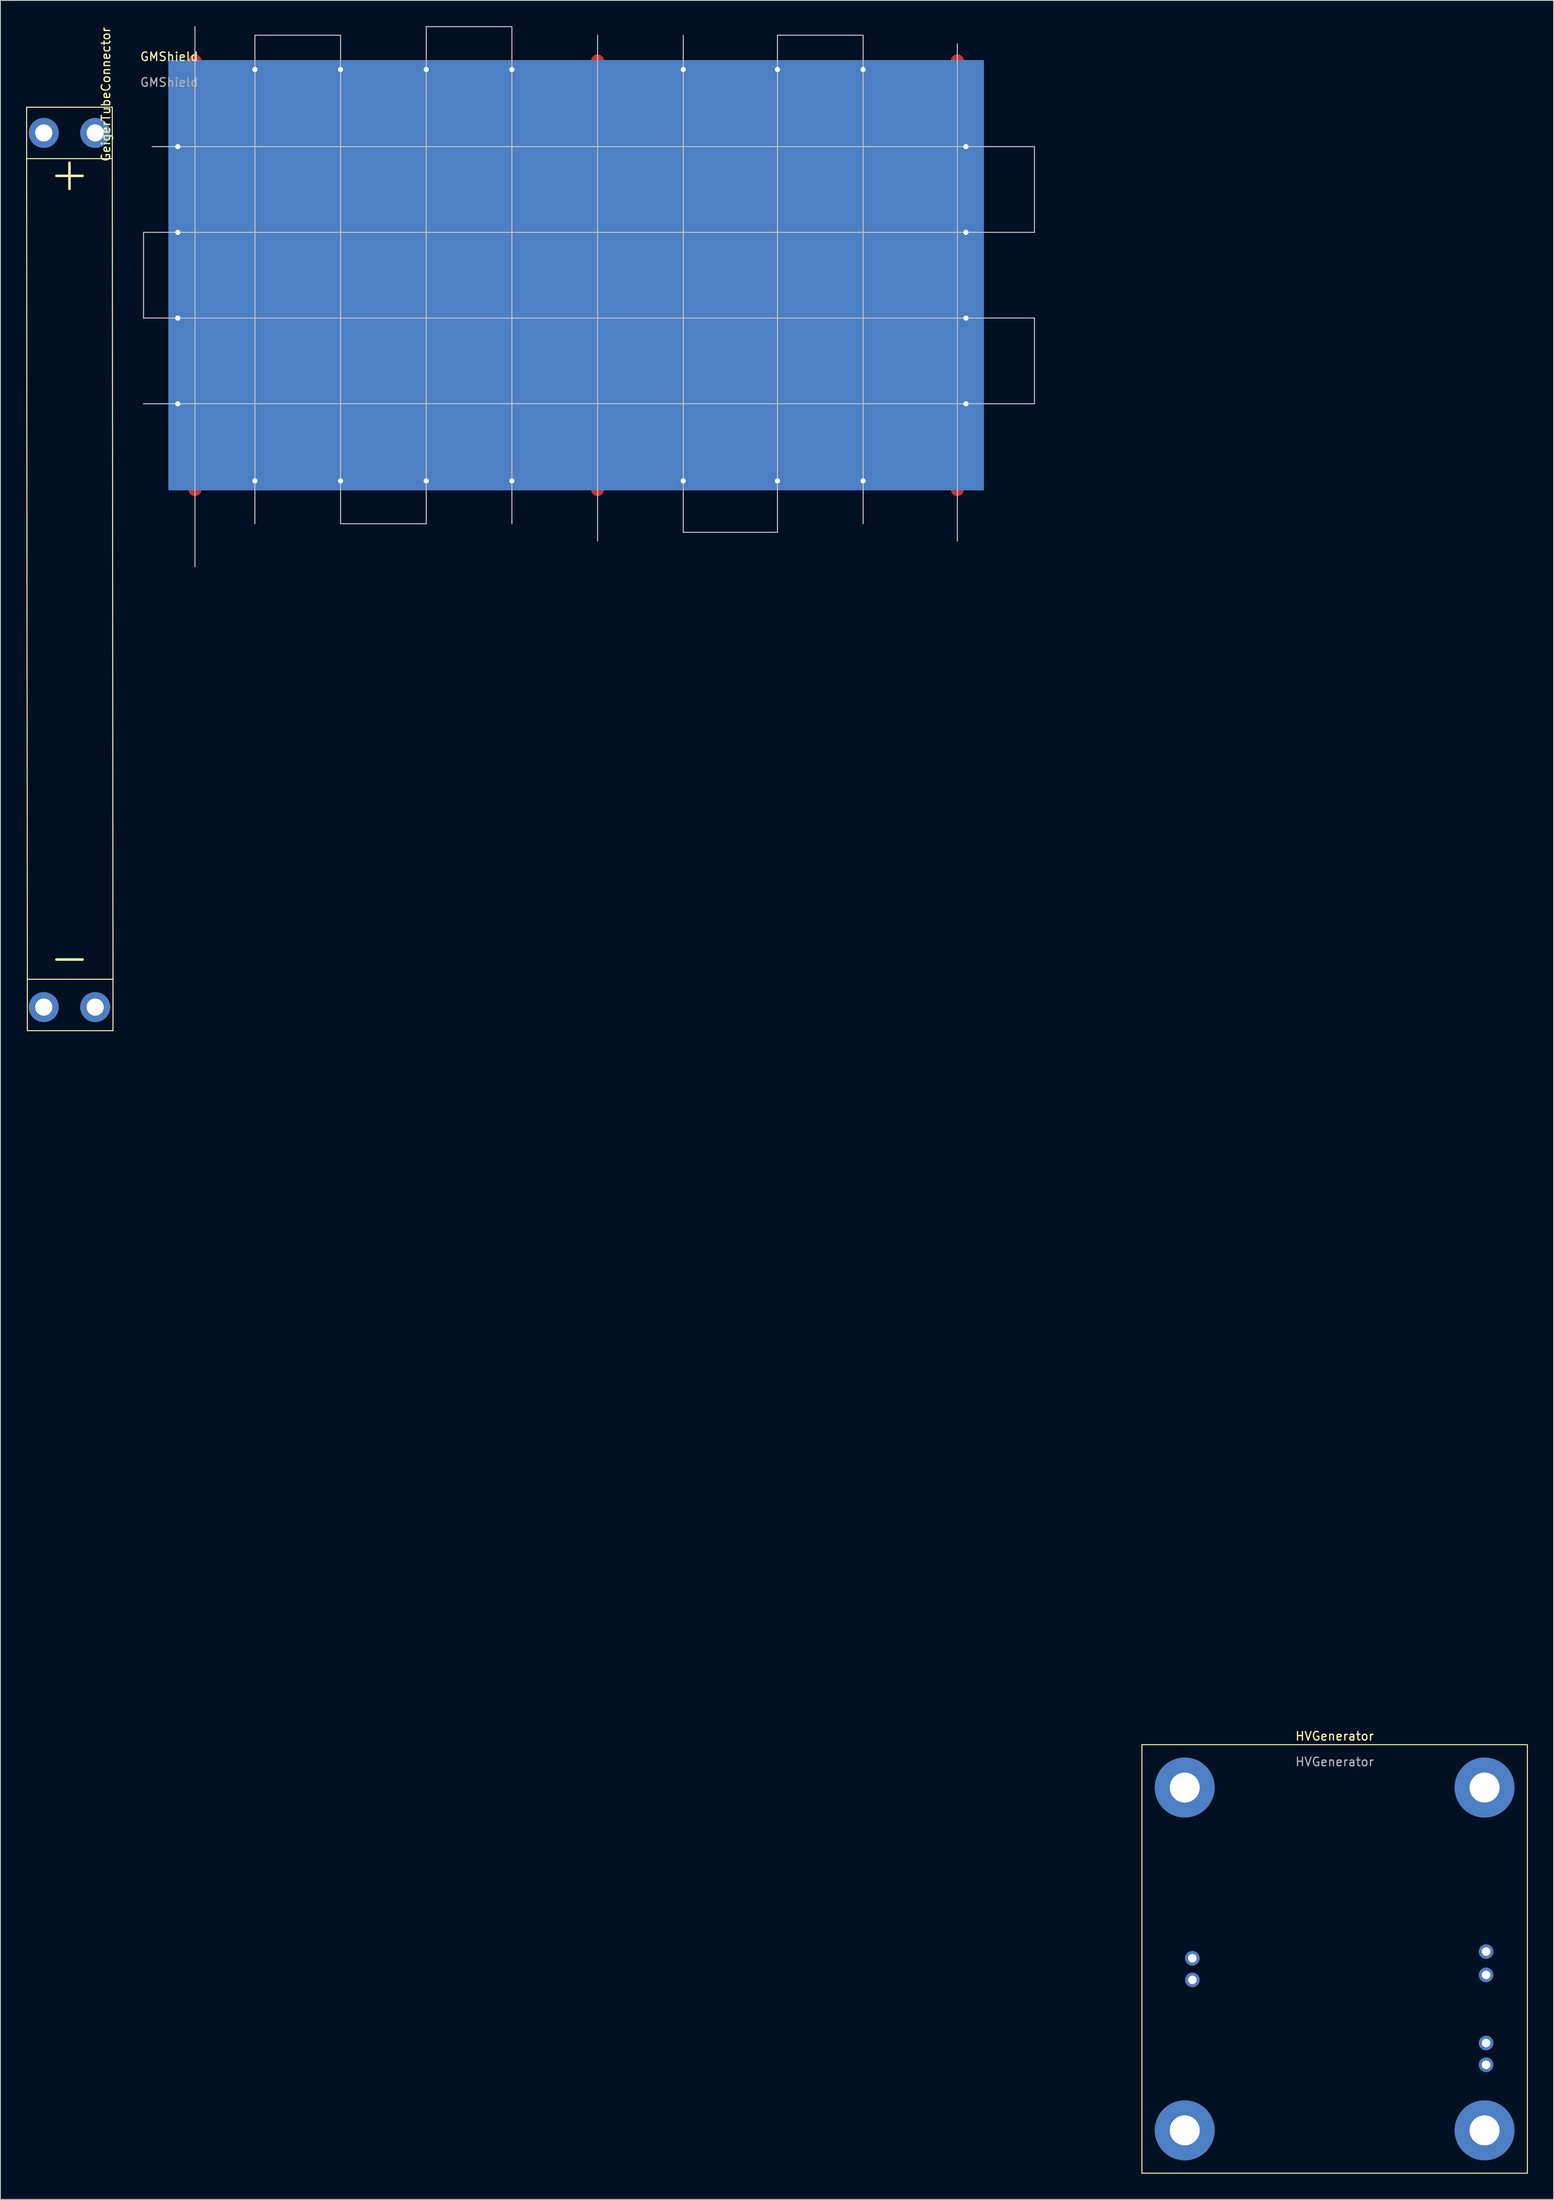
<source format=kicad_pcb>
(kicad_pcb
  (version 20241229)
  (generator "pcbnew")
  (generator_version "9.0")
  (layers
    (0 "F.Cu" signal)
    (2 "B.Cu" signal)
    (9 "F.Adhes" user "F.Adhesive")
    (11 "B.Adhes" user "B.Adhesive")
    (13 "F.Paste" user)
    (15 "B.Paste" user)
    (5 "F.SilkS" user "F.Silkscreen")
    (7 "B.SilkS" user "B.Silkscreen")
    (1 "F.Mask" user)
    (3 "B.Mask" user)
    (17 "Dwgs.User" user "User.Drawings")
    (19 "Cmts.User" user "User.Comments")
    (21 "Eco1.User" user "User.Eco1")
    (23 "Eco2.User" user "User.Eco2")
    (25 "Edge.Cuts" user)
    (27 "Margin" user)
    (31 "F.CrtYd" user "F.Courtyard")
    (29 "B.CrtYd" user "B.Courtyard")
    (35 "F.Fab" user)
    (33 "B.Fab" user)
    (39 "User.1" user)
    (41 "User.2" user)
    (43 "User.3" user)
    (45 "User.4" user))
  (footprint "GeigerTubeConnector"
    (layer "F.Cu")
    (at 5.06 4.458)
    (property "Reference" "GeigerTubeConnector" (at 4.25 3.5 270) (layer "F.SilkS") (effects (font (size 1 1) (thickness 0.15))))
    (attr through_hole)
    (fp_line (start -5 5) (end 0 5) (stroke (width 0.12) (type solid)) (layer "F.SilkS"))
    (fp_line (start -5 11) (end -5 5) (stroke (width 0.12) (type solid)) (layer "F.SilkS"))
    (fp_line (start -5 11) (end -4.92 106.75) (stroke (width 0.12) (type solid)) (layer "F.SilkS"))
    (fp_line (start -4.92 106.75) (end 0.08 106.75) (stroke (width 0.12) (type solid)) (layer "F.SilkS"))
    (fp_line (start -4.92 112.75) (end -4.92 106.75) (stroke (width 0.12) (type solid)) (layer "F.SilkS"))
    (fp_line (start 0 5) (end 5 5) (stroke (width 0.12) (type solid)) (layer "F.SilkS"))
    (fp_line (start 0.08 106.75) (end 5.08 106.75) (stroke (width 0.12) (type solid)) (layer "F.SilkS"))
    (fp_line (start 5 5) (end 5 6) (stroke (width 0.12) (type solid)) (layer "F.SilkS"))
    (fp_line (start 5 6) (end 5 7) (stroke (width 0.12) (type solid)) (layer "F.SilkS"))
    (fp_line (start 5 7) (end 5 8) (stroke (width 0.12) (type solid)) (layer "F.SilkS"))
    (fp_line (start 5 8) (end 5 9) (stroke (width 0.12) (type solid)) (layer "F.SilkS"))
    (fp_line (start 5 9) (end 5 10) (stroke (width 0.12) (type solid)) (layer "F.SilkS"))
    (fp_line (start 5 10) (end 5 11) (stroke (width 0.12) (type solid)) (layer "F.SilkS"))
    (fp_line (start 5 11) (end -5 11) (stroke (width 0.12) (type solid)) (layer "F.SilkS"))
    (fp_line (start 5.08 106.75) (end 5 11) (stroke (width 0.12) (type solid)) (layer "F.SilkS"))
    (fp_line (start 5.08 106.75) (end 5.08 107.75) (stroke (width 0.12) (type solid)) (layer "F.SilkS"))
    (fp_line (start 5.08 107.75) (end 5.08 108.75) (stroke (width 0.12) (type solid)) (layer "F.SilkS"))
    (fp_line (start 5.08 108.75) (end 5.08 109.75) (stroke (width 0.12) (type solid)) (layer "F.SilkS"))
    (fp_line (start 5.08 109.75) (end 5.08 110.75) (stroke (width 0.12) (type solid)) (layer "F.SilkS"))
    (fp_line (start 5.08 110.75) (end 5.08 111.75) (stroke (width 0.12) (type solid)) (layer "F.SilkS"))
    (fp_line (start 5.08 111.75) (end 5.08 112.75) (stroke (width 0.12) (type solid)) (layer "F.SilkS"))
    (fp_line (start 5.08 112.75) (end -4.92 112.75) (stroke (width 0.12) (type solid)) (layer "F.SilkS"))
    (fp_text user "+" (at 0 12.7 0) (unlocked yes) (layer "F.SilkS") (effects (font (size 4 4) (thickness 0.3))))
    (fp_text user "-" (at 0 104.14 0) (unlocked yes) (layer "F.SilkS") (effects (font (size 4 4) (thickness 0.3))))
    (pad "1" thru_hole circle (at -3 8) (size 3.5 3.5) (drill 2) (layers "*.Cu" "*.Mask"))
    (pad "1" thru_hole circle (at 3 8) (size 3.5 3.5) (drill 2) (layers "*.Cu" "*.Mask"))
    (pad "2" thru_hole circle (at -3 110) (size 3.5 3.5) (drill 2) (layers "*.Cu" "*.Mask"))
    (pad "2" thru_hole circle (at 3 110) (size 3.5 3.5) (drill 2) (layers "*.Cu" "*.Mask")))
  (footprint "GMShield"
    (layer "F.Cu")
    (at 16.706 4.06)
    (property "Reference" "GMShield" (at 0 -0.5 0) (unlocked yes) (layer "F.SilkS") (effects (font (size 1 1) (thickness 0.15))))
    (attr through_hole)
    (fp_poly (pts (xy 95 50) (xy 0 50) (xy 0 0) (xy 95 0)) (stroke (width 0.2) (type solid)) (fill yes) (layer "F.Cu"))
    (fp_poly (pts (xy 95 50) (xy 0 50) (xy 0 0) (xy 95 0)) (stroke (width 0.2) (type solid)) (fill yes) (layer "B.Cu"))
    (fp_line (start -3 20) (end 101 20) (stroke (width 0.12) (type solid)) (layer "Dwgs.User"))
    (fp_line (start -3 30) (end -3 20) (stroke (width 0.12) (type solid)) (layer "Dwgs.User"))
    (fp_line (start -3 40) (end 101 40) (stroke (width 0.12) (type solid)) (layer "Dwgs.User"))
    (fp_line (start 3 -4) (end 3 59) (stroke (width 0.12) (type solid)) (layer "Dwgs.User"))
    (fp_line (start 10 -3) (end 10 54) (stroke (width 0.12) (type solid)) (layer "Dwgs.User"))
    (fp_line (start 20 -3) (end 10 -3) (stroke (width 0.12) (type solid)) (layer "Dwgs.User"))
    (fp_line (start 20 54) (end 20 -3) (stroke (width 0.12) (type solid)) (layer "Dwgs.User"))
    (fp_line (start 30 -4) (end 30 54) (stroke (width 0.12) (type solid)) (layer "Dwgs.User"))
    (fp_line (start 30 54) (end 20 54) (stroke (width 0.12) (type solid)) (layer "Dwgs.User"))
    (fp_line (start 40 -4) (end 30 -4) (stroke (width 0.12) (type solid)) (layer "Dwgs.User"))
    (fp_line (start 40 54) (end 40 -4) (stroke (width 0.12) (type solid)) (layer "Dwgs.User"))
    (fp_line (start 50 -3) (end 50 56) (stroke (width 0.12) (type solid)) (layer "Dwgs.User"))
    (fp_line (start 60 -3) (end 60 55) (stroke (width 0.12) (type solid)) (layer "Dwgs.User"))
    (fp_line (start 60 55) (end 71 55) (stroke (width 0.12) (type solid)) (layer "Dwgs.User"))
    (fp_line (start 71 -3) (end 81 -3) (stroke (width 0.12) (type solid)) (layer "Dwgs.User"))
    (fp_line (start 71 55) (end 71 -3) (stroke (width 0.12) (type solid)) (layer "Dwgs.User"))
    (fp_line (start 81 -3) (end 81 54) (stroke (width 0.12) (type solid)) (layer "Dwgs.User"))
    (fp_line (start 92 -2) (end 92 56) (stroke (width 0.12) (type solid)) (layer "Dwgs.User"))
    (fp_line (start 101 10) (end -2 10) (stroke (width 0.12) (type solid)) (layer "Dwgs.User"))
    (fp_line (start 101 20) (end 101 10) (stroke (width 0.12) (type solid)) (layer "Dwgs.User"))
    (fp_line (start 101 30) (end -3 30) (stroke (width 0.12) (type solid)) (layer "Dwgs.User"))
    (fp_line (start 101 40) (end 101 30) (stroke (width 0.12) (type solid)) (layer "Dwgs.User"))
    (fp_text user "${REFERENCE}" (at 0 2.5 0) (unlocked yes) (layer "F.Fab") (effects (font (size 1 1) (thickness 0.15))))
    (pad "" thru_hole circle (at 1 10) (size 1.524 1.524) (drill 0.6) (layers "*.Cu" "*.Mask"))
    (pad "" thru_hole circle (at 1 20) (size 1.524 1.524) (drill 0.6) (layers "*.Cu" "*.Mask"))
    (pad "" thru_hole circle (at 1 30) (size 1.524 1.524) (drill 0.6) (layers "*.Cu" "*.Mask"))
    (pad "" thru_hole circle (at 1 40) (size 1.524 1.524) (drill 0.6) (layers "*.Cu" "*.Mask"))
    (pad "" thru_hole circle (at 10 1) (size 1.524 1.524) (drill 0.6) (layers "*.Cu" "*.Mask"))
    (pad "" thru_hole circle (at 10 49) (size 1.524 1.524) (drill 0.6) (layers "*.Cu" "*.Mask"))
    (pad "" thru_hole circle (at 20 1) (size 1.524 1.524) (drill 0.6) (layers "*.Cu" "*.Mask"))
    (pad "" thru_hole circle (at 20 49) (size 1.524 1.524) (drill 0.6) (layers "*.Cu" "*.Mask"))
    (pad "" thru_hole circle (at 30 1) (size 1.524 1.524) (drill 0.6) (layers "*.Cu" "*.Mask"))
    (pad "" thru_hole circle (at 30 49) (size 1.524 1.524) (drill 0.6) (layers "*.Cu" "*.Mask"))
    (pad "" thru_hole circle (at 40 1) (size 1.524 1.524) (drill 0.6) (layers "*.Cu" "*.Mask"))
    (pad "" thru_hole circle (at 40 49) (size 1.524 1.524) (drill 0.6) (layers "*.Cu" "*.Mask"))
    (pad "" thru_hole circle (at 60 1) (size 1.524 1.524) (drill 0.6) (layers "*.Cu" "*.Mask"))
    (pad "" thru_hole circle (at 60 49) (size 1.524 1.524) (drill 0.6) (layers "*.Cu" "*.Mask"))
    (pad "" thru_hole circle (at 71 1) (size 1.524 1.524) (drill 0.6) (layers "*.Cu" "*.Mask"))
    (pad "" thru_hole circle (at 71 49) (size 1.524 1.524) (drill 0.6) (layers "*.Cu" "*.Mask"))
    (pad "" thru_hole circle (at 81 1) (size 1.524 1.524) (drill 0.6) (layers "*.Cu" "*.Mask"))
    (pad "" thru_hole circle (at 81 49) (size 1.524 1.524) (drill 0.6) (layers "*.Cu" "*.Mask"))
    (pad "" thru_hole circle (at 93 10) (size 1.524 1.524) (drill 0.6) (layers "*.Cu" "*.Mask"))
    (pad "" thru_hole circle (at 93 20) (size 1.524 1.524) (drill 0.6) (layers "*.Cu" "*.Mask"))
    (pad "" thru_hole circle (at 93 30) (size 1.524 1.524) (drill 0.6) (layers "*.Cu" "*.Mask"))
    (pad "" thru_hole circle (at 93 40) (size 1.524 1.524) (drill 0.6) (layers "*.Cu" "*.Mask"))
    (pad "1" smd circle (at 3 0) (size 1.524 1.524) (layers "F.Cu" "F.Mask" "F.Paste"))
    (pad "2" smd circle (at 50 0) (size 1.524 1.524) (layers "F.Cu" "F.Mask" "F.Paste"))
    (pad "3" smd circle (at 92 0) (size 1.524 1.524) (layers "F.Cu" "F.Mask" "F.Paste"))
    (pad "4" smd circle (at 92 50) (size 1.524 1.524) (layers "F.Cu" "F.Mask" "F.Paste"))
    (pad "5" smd circle (at 50 50) (size 1.524 1.524) (layers "F.Cu" "F.Mask" "F.Paste"))
    (pad "6" smd circle (at 3 50) (size 1.524 1.524) (layers "F.Cu" "F.Mask" "F.Paste")))
  (footprint "HVGenerator"
    (layer "F.Cu")
    (at 0.25 120.518)
    (property "Reference" "HVGenerator" (at 152.5 79 0) (unlocked yes) (layer "F.SilkS") (effects (font (size 1 1) (thickness 0.15))))
    (attr through_hole)
    (fp_line (start 130 80) (end 130 130) (stroke (width 0.12) (type solid)) (layer "F.SilkS"))
    (fp_line (start 130 80) (end 175 80) (stroke (width 0.12) (type solid)) (layer "F.SilkS"))
    (fp_line (start 130 130) (end 175 130) (stroke (width 0.12) (type solid)) (layer "F.SilkS"))
    (fp_line (start 175 80) (end 175 130) (stroke (width 0.12) (type solid)) (layer "F.SilkS"))
    (fp_text user "${REFERENCE}" (at 152.5 82 0) (unlocked yes) (layer "F.Fab") (effects (font (size 1 1) (thickness 0.15))))
    (pad "1" thru_hole oval (at 135.89 104.92) (size 1.7 1.7) (drill 1) (layers "*.Cu" "*.Mask"))
    (pad "2" thru_hole circle (at 135 85) (size 7 7) (drill 3.5) (layers "*.Cu" "*.Mask"))
    (pad "2" thru_hole circle (at 135 125) (size 7 7) (drill 3.5) (layers "*.Cu" "*.Mask"))
    (pad "2" thru_hole oval (at 135.89 107.442) (size 1.7 1.7) (drill 1) (layers "*.Cu" "*.Mask"))
    (pad "2" thru_hole circle (at 170 85) (size 7 7) (drill 3.5) (layers "*.Cu" "*.Mask"))
    (pad "2" thru_hole circle (at 170 125) (size 7 7) (drill 3.5) (layers "*.Cu" "*.Mask"))
    (pad "2" thru_hole oval (at 170.18 114.808) (size 1.7 1.7) (drill 1) (layers "*.Cu" "*.Mask"))
    (pad "2" thru_hole oval (at 170.18 117.348) (size 1.7 1.7) (drill 1) (layers "*.Cu" "*.Mask"))
    (pad "3" thru_hole oval (at 170.18 104.14) (size 1.7 1.7) (drill 1) (layers "*.Cu" "*.Mask"))
    (pad "3" thru_hole oval (at 170.18 106.86) (size 1.7 1.7) (drill 1) (layers "*.Cu" "*.Mask")))
  (gr_rect
    (start -3 -3)
    (end 178.31 253.578)
    (stroke (width 0.1) (type default))
    (fill no)
    (layer "Edge.Cuts")))
</source>
